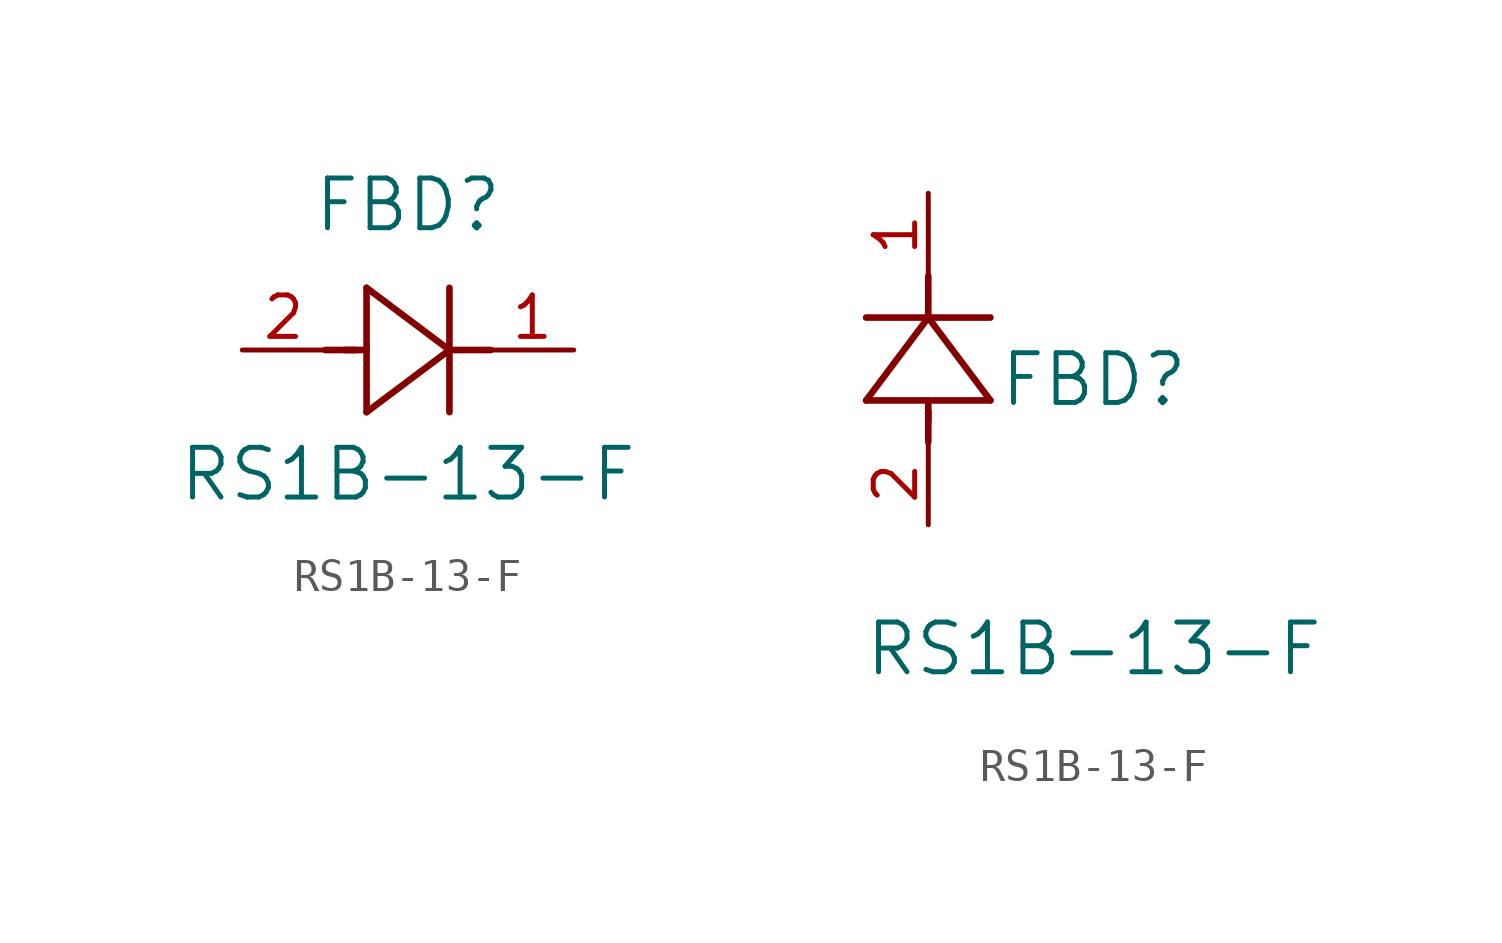
<source format=kicad_sym>
(kicad_symbol_lib
  (version 20241209)
  (generator "kicad_symbol_editor")
  (generator_version "9.0")
  (symbol "RS1B-13-F"
    (pin_names
      (offset 0.254))
    (property "Reference" "FBD"
      (at 5.08 4.445 0)
      (effects (font (size 1.524 1.524))))
    (property "Value" "RS1B-13-F"
      (at 5.08 -3.81 0)
      (effects (font (size 1.524 1.524))))
    (symbol "RS1B-13-F_1_1"
      (polyline (pts (xy 2.54 0) (xy 3.48 0)) (stroke (width 0.203) (type default)) (fill (type none)))
      (polyline (pts (xy 3.175 0) (xy 3.81 0)) (stroke (width 0.203) (type default)) (fill (type none)))
      (polyline (pts (xy 3.81 1.905) (xy 3.81 -1.905)) (stroke (width 0.203) (type default)) (fill (type none)))
      (polyline (pts (xy 3.81 -1.905) (xy 6.35 0)) (stroke (width 0.203) (type default)) (fill (type none)))
      (polyline (pts (xy 6.35 0) (xy 3.81 1.905)) (stroke (width 0.203) (type default)) (fill (type none)))
      (polyline (pts (xy 6.35 0) (xy 7.62 0)) (stroke (width 0.203) (type default)) (fill (type none)))
      (polyline (pts (xy 6.35 -1.905) (xy 6.35 1.905)) (stroke (width 0.203) (type default)) (fill (type none)))
      (pin unspecified line (at 0 0 0) (length 2.54) (name "" (effects (font (size 1.27 1.27)))) (number "2" (effects (font (size 1.27 1.27)))))
      (pin unspecified line (at 10.16 0 180) (length 2.54) (name "" (effects (font (size 1.27 1.27)))) (number "1" (effects (font (size 1.27 1.27))))))
    (symbol "RS1B-13-F_1_2"
      (polyline (pts (xy -1.905 3.81) (xy 1.905 3.81)) (stroke (width 0.203) (type default)) (fill (type none)))
      (polyline (pts (xy 0 6.35) (xy -1.905 3.81)) (stroke (width 0.203) (type default)) (fill (type none)))
      (polyline (pts (xy 0 6.35) (xy 0 7.62)) (stroke (width 0.203) (type default)) (fill (type none)))
      (polyline (pts (xy 0 3.175) (xy 0 3.81)) (stroke (width 0.203) (type default)) (fill (type none)))
      (polyline (pts (xy 0 2.54) (xy 0 3.48)) (stroke (width 0.203) (type default)) (fill (type none)))
      (polyline (pts (xy 1.905 6.35) (xy -1.905 6.35)) (stroke (width 0.203) (type default)) (fill (type none)))
      (polyline (pts (xy 1.905 3.81) (xy 0 6.35)) (stroke (width 0.203) (type default)) (fill (type none)))
      (pin unspecified line (at 0 10.16 270) (length 2.54) (name "" (effects (font (size 1.27 1.27)))) (number "1" (effects (font (size 1.27 1.27)))))
      (pin unspecified line (at 0 0 90) (length 2.54) (name "" (effects (font (size 1.27 1.27)))) (number "2" (effects (font (size 1.27 1.27))))))))
</source>
